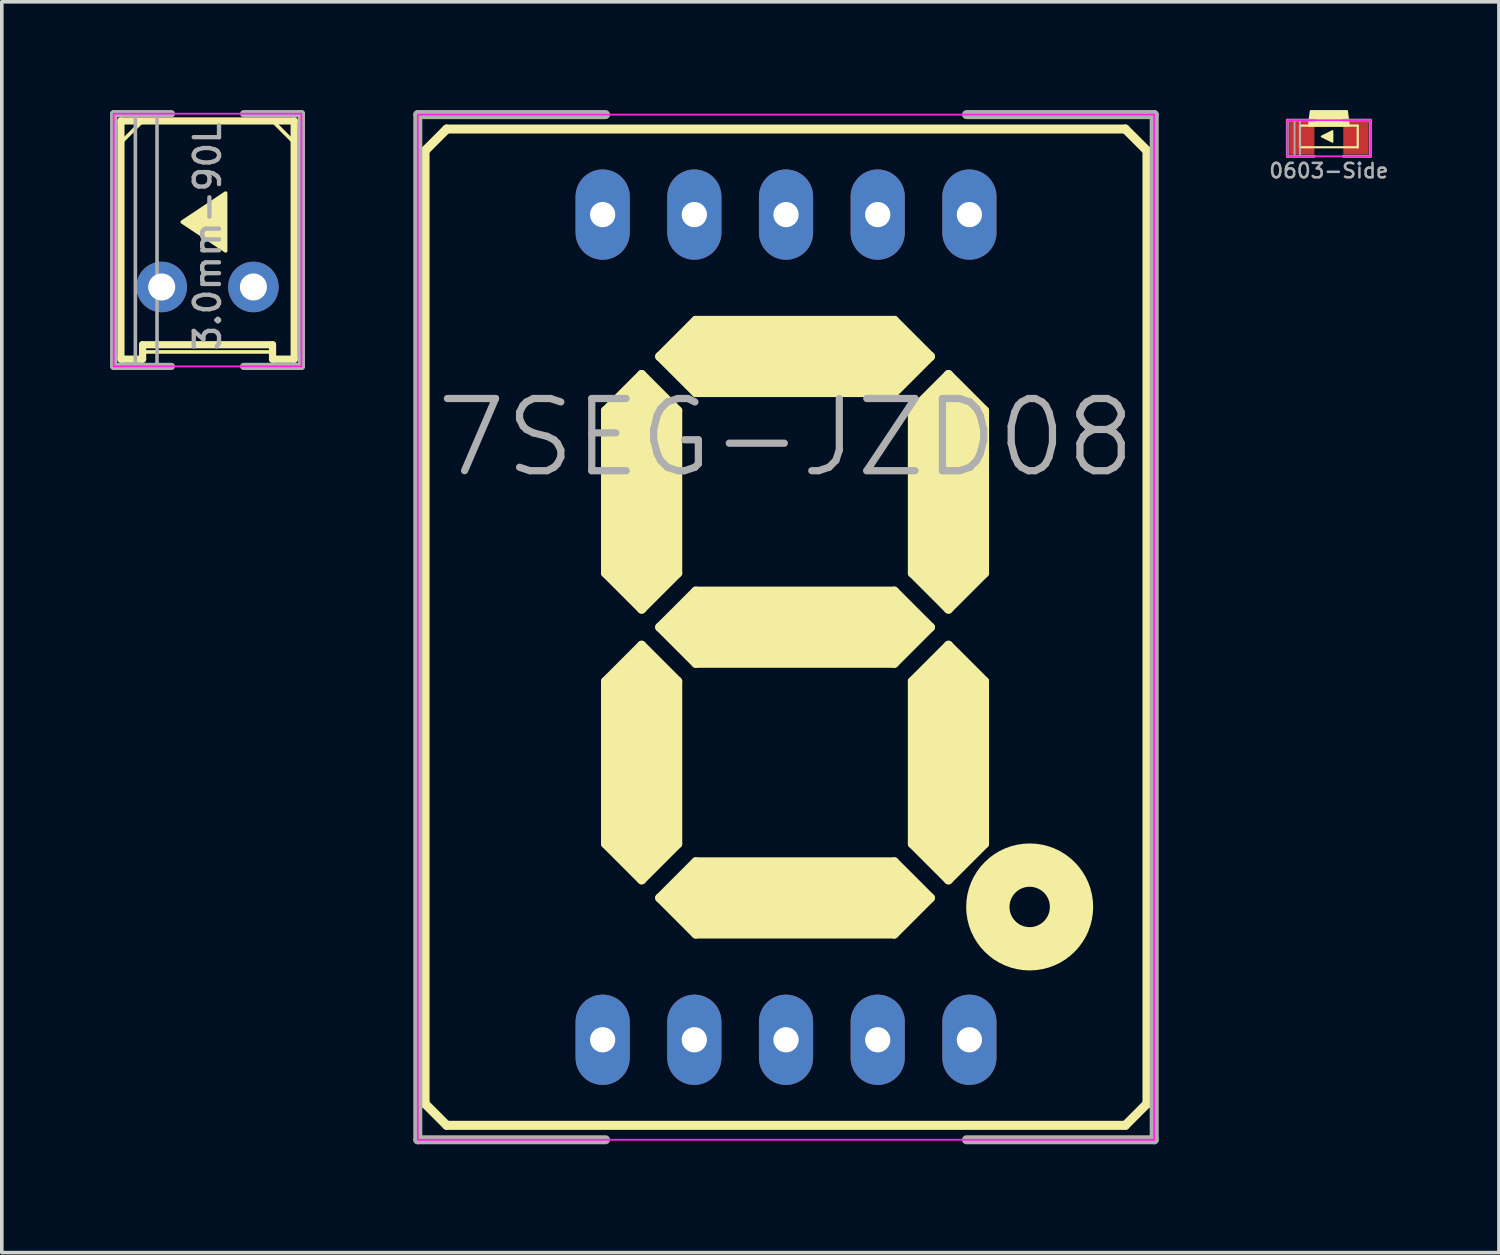
<source format=kicad_pcb>
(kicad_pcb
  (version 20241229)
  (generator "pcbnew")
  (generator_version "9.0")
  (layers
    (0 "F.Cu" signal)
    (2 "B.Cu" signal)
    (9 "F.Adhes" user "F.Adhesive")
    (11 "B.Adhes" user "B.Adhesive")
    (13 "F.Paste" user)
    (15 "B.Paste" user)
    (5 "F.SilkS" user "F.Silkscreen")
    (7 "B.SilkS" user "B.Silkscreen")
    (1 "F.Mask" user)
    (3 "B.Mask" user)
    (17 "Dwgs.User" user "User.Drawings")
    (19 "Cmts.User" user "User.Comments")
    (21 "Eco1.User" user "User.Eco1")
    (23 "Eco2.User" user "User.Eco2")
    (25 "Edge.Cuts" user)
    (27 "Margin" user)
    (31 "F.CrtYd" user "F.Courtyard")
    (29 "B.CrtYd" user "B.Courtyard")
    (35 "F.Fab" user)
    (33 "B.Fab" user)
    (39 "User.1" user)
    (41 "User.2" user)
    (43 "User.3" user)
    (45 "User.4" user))
  (footprint "0603-Side"
    (layer "F.Cu")
    (at 33.763 0.73)
    (property "Reference" "0603-Side" (at 0 0.95 0) (layer "F.Fab") (effects (font (size 0.4 0.4) (thickness 0.07))))
    (attr smd)
    (fp_line (start -0.8 -0.3) (end -0.8 0.3) (stroke (width 0.06) (type solid)) (layer "F.SilkS"))
    (fp_line (start -0.8 0.3) (end 0.8 0.3) (stroke (width 0.06) (type solid)) (layer "F.SilkS"))
    (fp_line (start 0.8 -0.3) (end -0.8 -0.3) (stroke (width 0.06) (type solid)) (layer "F.SilkS"))
    (fp_line (start 0.8 0.3) (end 0.8 -0.3) (stroke (width 0.06) (type solid)) (layer "F.SilkS"))
    (fp_poly (pts (xy 0.1 0.15) (xy -0.2 0) (xy 0.1 -0.15)) (stroke (width 0.05) (type solid)) (fill yes) (layer "F.SilkS"))
    (fp_poly (pts (xy 0.55 -0.3) (xy -0.55 -0.3) (xy -0.5 -0.7) (xy 0.5 -0.7)) (stroke (width 0.06) (type solid)) (fill yes) (layer "F.SilkS"))
    (fp_line (start -1.15 -0.45) (end 1.15 -0.45) (stroke (width 0.05) (type solid)) (layer "F.CrtYd"))
    (fp_line (start -1.15 0.55) (end -1.15 -0.45) (stroke (width 0.05) (type solid)) (layer "F.CrtYd"))
    (fp_line (start 1.15 -0.45) (end 1.15 0.55) (stroke (width 0.05) (type solid)) (layer "F.CrtYd"))
    (fp_line (start 1.15 0.55) (end -1.15 0.55) (stroke (width 0.05) (type solid)) (layer "F.CrtYd"))
    (fp_line (start -1.15 -0.45) (end -1.15 0.55) (stroke (width 0.08) (type solid)) (layer "F.Fab"))
    (fp_line (start -1.15 0.55) (end -0.4 0.55) (stroke (width 0.08) (type solid)) (layer "F.Fab"))
    (fp_line (start -0.4 -0.45) (end -1.15 -0.45) (stroke (width 0.08) (type solid)) (layer "F.Fab"))
    (fp_line (start 0.4 -0.45) (end 1.15 -0.45) (stroke (width 0.08) (type solid)) (layer "F.Fab"))
    (fp_line (start 1.15 -0.45) (end 1.15 0.55) (stroke (width 0.08) (type solid)) (layer "F.Fab"))
    (fp_line (start 1.15 0.55) (end 0.4 0.55) (stroke (width 0.08) (type solid)) (layer "F.Fab"))
    (fp_poly (pts (xy -0.8 0.55) (xy -0.95 0.55) (xy -0.95 -0.45) (xy -0.8 -0.45)) (stroke (width 0.05) (type solid)) (fill no) (layer "F.Fab"))
    (pad "1" smd rect (at -0.75 0.05) (size 0.7 0.9) (layers "F.Cu" "F.Mask" "F.Paste"))
    (pad "2" smd rect (at 0.75 0.05) (size 0.7 0.9) (layers "F.Cu" "F.Mask" "F.Paste")))
  (footprint "7SEG-JZD08"
    (layer "F.Cu")
    (at 18.725 14.325)
    (property "Reference" "7SEG-JZD08" (at 0 -5.25 0) (layer "F.Fab") (effects (font (size 2 2) (thickness 0.2))))
    (attr through_hole)
    (fp_line (start -10 -13.2) (end -10 13.2) (stroke (width 0.25) (type solid)) (layer "F.SilkS"))
    (fp_line (start -10 -13.2) (end -9.4 -13.8) (stroke (width 0.25) (type solid)) (layer "F.SilkS"))
    (fp_line (start -9.4 13.8) (end -10 13.2) (stroke (width 0.25) (type solid)) (layer "F.SilkS"))
    (fp_line (start -9.4 13.8) (end 9.4 13.8) (stroke (width 0.25) (type solid)) (layer "F.SilkS"))
    (fp_line (start -5 -6) (end -4 -7) (stroke (width 0.25) (type solid)) (layer "F.SilkS"))
    (fp_line (start -5 -1.5) (end -5 -6) (stroke (width 0.25) (type solid)) (layer "F.SilkS"))
    (fp_line (start -5 1.5) (end -4 0.5) (stroke (width 0.25) (type solid)) (layer "F.SilkS"))
    (fp_line (start -5 6) (end -5 1.5) (stroke (width 0.25) (type solid)) (layer "F.SilkS"))
    (fp_line (start -4.75 -6) (end -4 -6.75) (stroke (width 0.4) (type solid)) (layer "F.SilkS"))
    (fp_line (start -4.75 -1.5) (end -4.75 -6) (stroke (width 0.4) (type solid)) (layer "F.SilkS"))
    (fp_line (start -4.75 1.5) (end -4.75 6) (stroke (width 0.4) (type solid)) (layer "F.SilkS"))
    (fp_line (start -4.75 6) (end -4.25 6.5) (stroke (width 0.4) (type solid)) (layer "F.SilkS"))
    (fp_line (start -4.25 6.5) (end -4 6.75) (stroke (width 0.4) (type solid)) (layer "F.SilkS"))
    (fp_line (start -4 -7) (end -3 -6) (stroke (width 0.25) (type solid)) (layer "F.SilkS"))
    (fp_line (start -4 -6.75) (end -3.25 -6) (stroke (width 0.4) (type solid)) (layer "F.SilkS"))
    (fp_line (start -4 -6) (end -4 -1.5) (stroke (width 1.2) (type solid)) (layer "F.SilkS"))
    (fp_line (start -4 -0.75) (end -4.75 -1.5) (stroke (width 0.4) (type solid)) (layer "F.SilkS"))
    (fp_line (start -4 -0.5) (end -5 -1.5) (stroke (width 0.25) (type solid)) (layer "F.SilkS"))
    (fp_line (start -4 0.5) (end -3 1.5) (stroke (width 0.25) (type solid)) (layer "F.SilkS"))
    (fp_line (start -4 0.75) (end -4.75 1.5) (stroke (width 0.4) (type solid)) (layer "F.SilkS"))
    (fp_line (start -4 1.5) (end -4 6) (stroke (width 1.2) (type solid)) (layer "F.SilkS"))
    (fp_line (start -4 6.75) (end -3.25 6) (stroke (width 0.4) (type solid)) (layer "F.SilkS"))
    (fp_line (start -4 7) (end -5 6) (stroke (width 0.25) (type solid)) (layer "F.SilkS"))
    (fp_line (start -3.5 -7.5) (end -2.5 -6.5) (stroke (width 0.25) (type solid)) (layer "F.SilkS"))
    (fp_line (start -3.5 0) (end -2.5 1) (stroke (width 0.25) (type solid)) (layer "F.SilkS"))
    (fp_line (start -3.5 7.5) (end -2.5 8.5) (stroke (width 0.25) (type solid)) (layer "F.SilkS"))
    (fp_line (start -3.25 -7.5) (end -2.5 -8.25) (stroke (width 0.4) (type solid)) (layer "F.SilkS"))
    (fp_line (start -3.25 -6) (end -3.25 -1.5) (stroke (width 0.4) (type solid)) (layer "F.SilkS"))
    (fp_line (start -3.25 -1.5) (end -4 -0.75) (stroke (width 0.4) (type solid)) (layer "F.SilkS"))
    (fp_line (start -3.25 0) (end -2.5 -0.75) (stroke (width 0.4) (type solid)) (layer "F.SilkS"))
    (fp_line (start -3.25 1.5) (end -4 0.75) (stroke (width 0.4) (type solid)) (layer "F.SilkS"))
    (fp_line (start -3.25 6) (end -3.25 1.5) (stroke (width 0.4) (type solid)) (layer "F.SilkS"))
    (fp_line (start -3.25 7.5) (end -2.5 6.75) (stroke (width 0.4) (type solid)) (layer "F.SilkS"))
    (fp_line (start -3 -6) (end -3 -1.5) (stroke (width 0.25) (type solid)) (layer "F.SilkS"))
    (fp_line (start -3 -1.5) (end -4 -0.5) (stroke (width 0.25) (type solid)) (layer "F.SilkS"))
    (fp_line (start -3 1.5) (end -3 6) (stroke (width 0.25) (type solid)) (layer "F.SilkS"))
    (fp_line (start -3 6) (end -4 7) (stroke (width 0.25) (type solid)) (layer "F.SilkS"))
    (fp_line (start -2.75 0) (end 3 0) (stroke (width 1.2) (type solid)) (layer "F.SilkS"))
    (fp_line (start -2.5 -8.5) (end -3.5 -7.5) (stroke (width 0.25) (type solid)) (layer "F.SilkS"))
    (fp_line (start -2.5 -8.25) (end -2.25 -8.25) (stroke (width 0.4) (type solid)) (layer "F.SilkS"))
    (fp_line (start -2.5 -7.5) (end 3 -7.5) (stroke (width 1.2) (type solid)) (layer "F.SilkS"))
    (fp_line (start -2.5 -6.75) (end -3.25 -7.5) (stroke (width 0.4) (type solid)) (layer "F.SilkS"))
    (fp_line (start -2.5 -6.5) (end 3 -6.5) (stroke (width 0.25) (type solid)) (layer "F.SilkS"))
    (fp_line (start -2.5 -1) (end -3.5 0) (stroke (width 0.25) (type solid)) (layer "F.SilkS"))
    (fp_line (start -2.5 -0.75) (end 3 -0.75) (stroke (width 0.4) (type solid)) (layer "F.SilkS"))
    (fp_line (start -2.5 0.75) (end -3.25 0) (stroke (width 0.4) (type solid)) (layer "F.SilkS"))
    (fp_line (start -2.5 1) (end 3 1) (stroke (width 0.25) (type solid)) (layer "F.SilkS"))
    (fp_line (start -2.5 6.5) (end -3.5 7.5) (stroke (width 0.25) (type solid)) (layer "F.SilkS"))
    (fp_line (start -2.5 6.75) (end 3 6.75) (stroke (width 0.4) (type solid)) (layer "F.SilkS"))
    (fp_line (start -2.5 7.5) (end 3 7.5) (stroke (width 1.2) (type solid)) (layer "F.SilkS"))
    (fp_line (start -2.5 8.25) (end -3.25 7.5) (stroke (width 0.4) (type solid)) (layer "F.SilkS"))
    (fp_line (start -2.5 8.5) (end 3 8.5) (stroke (width 0.25) (type solid)) (layer "F.SilkS"))
    (fp_line (start -2.25 -8.25) (end 3 -8.25) (stroke (width 0.4) (type solid)) (layer "F.SilkS"))
    (fp_line (start 3 -8.5) (end -2.5 -8.5) (stroke (width 0.25) (type solid)) (layer "F.SilkS"))
    (fp_line (start 3 -8.25) (end 3.75 -7.5) (stroke (width 0.4) (type solid)) (layer "F.SilkS"))
    (fp_line (start 3 -6.75) (end -2.5 -6.75) (stroke (width 0.4) (type solid)) (layer "F.SilkS"))
    (fp_line (start 3 -6.5) (end 4 -7.5) (stroke (width 0.25) (type solid)) (layer "F.SilkS"))
    (fp_line (start 3 -1) (end -2.5 -1) (stroke (width 0.25) (type solid)) (layer "F.SilkS"))
    (fp_line (start 3 -0.75) (end 3.75 0) (stroke (width 0.4) (type solid)) (layer "F.SilkS"))
    (fp_line (start 3 0.75) (end -2.5 0.75) (stroke (width 0.4) (type solid)) (layer "F.SilkS"))
    (fp_line (start 3 1) (end 4 0) (stroke (width 0.25) (type solid)) (layer "F.SilkS"))
    (fp_line (start 3 6.5) (end -2.5 6.5) (stroke (width 0.25) (type solid)) (layer "F.SilkS"))
    (fp_line (start 3 6.75) (end 3.75 7.5) (stroke (width 0.4) (type solid)) (layer "F.SilkS"))
    (fp_line (start 3 8.25) (end -2.5 8.25) (stroke (width 0.4) (type solid)) (layer "F.SilkS"))
    (fp_line (start 3 8.5) (end 4 7.5) (stroke (width 0.25) (type solid)) (layer "F.SilkS"))
    (fp_line (start 3.5 -6) (end 4.5 -7) (stroke (width 0.25) (type solid)) (layer "F.SilkS"))
    (fp_line (start 3.5 -1.5) (end 3.5 -6) (stroke (width 0.25) (type solid)) (layer "F.SilkS"))
    (fp_line (start 3.5 1.5) (end 4.5 0.5) (stroke (width 0.25) (type solid)) (layer "F.SilkS"))
    (fp_line (start 3.5 6) (end 3.5 1.5) (stroke (width 0.25) (type solid)) (layer "F.SilkS"))
    (fp_line (start 3.75 -7.5) (end 3 -6.75) (stroke (width 0.4) (type solid)) (layer "F.SilkS"))
    (fp_line (start 3.75 -6) (end 4.5 -6.75) (stroke (width 0.4) (type solid)) (layer "F.SilkS"))
    (fp_line (start 3.75 -1.5) (end 3.75 -6) (stroke (width 0.4) (type solid)) (layer "F.SilkS"))
    (fp_line (start 3.75 0) (end 3 0.75) (stroke (width 0.4) (type solid)) (layer "F.SilkS"))
    (fp_line (start 3.75 1.5) (end 4.5 0.75) (stroke (width 0.4) (type solid)) (layer "F.SilkS"))
    (fp_line (start 3.75 6) (end 3.75 1.5) (stroke (width 0.4) (type solid)) (layer "F.SilkS"))
    (fp_line (start 3.75 7.5) (end 3 8.25) (stroke (width 0.4) (type solid)) (layer "F.SilkS"))
    (fp_line (start 4 -7.5) (end 3 -8.5) (stroke (width 0.25) (type solid)) (layer "F.SilkS"))
    (fp_line (start 4 0) (end 3 -1) (stroke (width 0.25) (type solid)) (layer "F.SilkS"))
    (fp_line (start 4 7.5) (end 3 6.5) (stroke (width 0.25) (type solid)) (layer "F.SilkS"))
    (fp_line (start 4.5 -7) (end 5.5 -6) (stroke (width 0.25) (type solid)) (layer "F.SilkS"))
    (fp_line (start 4.5 -6.75) (end 5.25 -6) (stroke (width 0.4) (type solid)) (layer "F.SilkS"))
    (fp_line (start 4.5 -6) (end 4.5 -1.5) (stroke (width 1.2) (type solid)) (layer "F.SilkS"))
    (fp_line (start 4.5 -0.75) (end 3.75 -1.5) (stroke (width 0.4) (type solid)) (layer "F.SilkS"))
    (fp_line (start 4.5 -0.5) (end 3.5 -1.5) (stroke (width 0.25) (type solid)) (layer "F.SilkS"))
    (fp_line (start 4.5 0.5) (end 5.5 1.5) (stroke (width 0.25) (type solid)) (layer "F.SilkS"))
    (fp_line (start 4.5 0.75) (end 5.25 1.5) (stroke (width 0.4) (type solid)) (layer "F.SilkS"))
    (fp_line (start 4.5 1.5) (end 4.5 6) (stroke (width 1.2) (type solid)) (layer "F.SilkS"))
    (fp_line (start 4.5 6.75) (end 3.75 6) (stroke (width 0.4) (type solid)) (layer "F.SilkS"))
    (fp_line (start 4.5 7) (end 3.5 6) (stroke (width 0.25) (type solid)) (layer "F.SilkS"))
    (fp_line (start 5.25 -6) (end 5.25 -1.5) (stroke (width 0.4) (type solid)) (layer "F.SilkS"))
    (fp_line (start 5.25 -1.5) (end 4.5 -0.75) (stroke (width 0.4) (type solid)) (layer "F.SilkS"))
    (fp_line (start 5.25 1.5) (end 5.25 6) (stroke (width 0.4) (type solid)) (layer "F.SilkS"))
    (fp_line (start 5.25 6) (end 4.5 6.75) (stroke (width 0.4) (type solid)) (layer "F.SilkS"))
    (fp_line (start 5.5 -6) (end 5.5 -1.5) (stroke (width 0.25) (type solid)) (layer "F.SilkS"))
    (fp_line (start 5.5 -1.5) (end 4.5 -0.5) (stroke (width 0.25) (type solid)) (layer "F.SilkS"))
    (fp_line (start 5.5 1.5) (end 5.5 6) (stroke (width 0.25) (type solid)) (layer "F.SilkS"))
    (fp_line (start 5.5 6) (end 4.5 7) (stroke (width 0.25) (type solid)) (layer "F.SilkS"))
    (fp_line (start 9.4 -13.8) (end -9.4 -13.8) (stroke (width 0.25) (type solid)) (layer "F.SilkS"))
    (fp_line (start 9.4 -13.8) (end 10 -13.2) (stroke (width 0.25) (type solid)) (layer "F.SilkS"))
    (fp_line (start 9.4 13.8) (end 10 13.2) (stroke (width 0.25) (type solid)) (layer "F.SilkS"))
    (fp_line (start 10 13.2) (end 10 -13.2) (stroke (width 0.25) (type solid)) (layer "F.SilkS"))
    (fp_circle (center 6.75 7.75) (end 7 8.25) (stroke (width 1.2) (type solid)) (fill no) (layer "F.SilkS"))
    (fp_line (start -10.2 -14.2) (end -10.2 14.2) (stroke (width 0.05) (type solid)) (layer "F.CrtYd"))
    (fp_line (start -10.2 14.2) (end 10.2 14.2) (stroke (width 0.05) (type solid)) (layer "F.CrtYd"))
    (fp_line (start 10.2 -14.2) (end -10.2 -14.2) (stroke (width 0.05) (type solid)) (layer "F.CrtYd"))
    (fp_line (start 10.2 14.2) (end 10.2 -14.2) (stroke (width 0.05) (type solid)) (layer "F.CrtYd"))
    (fp_line (start -10.2 -14.2) (end -10.2 14.2) (stroke (width 0.25) (type solid)) (layer "F.Fab"))
    (fp_line (start -10.2 -14.2) (end -5 -14.2) (stroke (width 0.25) (type solid)) (layer "F.Fab"))
    (fp_line (start -10.2 14.2) (end -5 14.2) (stroke (width 0.25) (type solid)) (layer "F.Fab"))
    (fp_line (start 10.2 -14.2) (end 5 -14.2) (stroke (width 0.25) (type solid)) (layer "F.Fab"))
    (fp_line (start 10.2 -14.2) (end 10.2 14.2) (stroke (width 0.25) (type solid)) (layer "F.Fab"))
    (fp_line (start 10.2 14.2) (end 5 14.2) (stroke (width 0.25) (type solid)) (layer "F.Fab"))
    (pad "1" thru_hole oval (at -5.08 11.43) (size 1.5 2.5) (drill 0.7) (layers "*.Cu" "*.Mask"))
    (pad "2" thru_hole oval (at -2.54 11.43) (size 1.5 2.5) (drill 0.7) (layers "*.Cu" "*.Mask"))
    (pad "3" thru_hole oval (at 0 11.43) (size 1.5 2.5) (drill 0.7) (layers "*.Cu" "*.Mask"))
    (pad "4" thru_hole oval (at 2.54 11.43) (size 1.5 2.5) (drill 0.7) (layers "*.Cu" "*.Mask"))
    (pad "5" thru_hole oval (at 5.08 11.43) (size 1.5 2.5) (drill 0.7) (layers "*.Cu" "*.Mask"))
    (pad "6" thru_hole oval (at 5.08 -11.43) (size 1.5 2.5) (drill 0.7) (layers "*.Cu" "*.Mask"))
    (pad "7" thru_hole oval (at 2.54 -11.43) (size 1.5 2.5) (drill 0.7) (layers "*.Cu" "*.Mask"))
    (pad "8" thru_hole oval (at 0 -11.43) (size 1.5 2.5) (drill 0.7) (layers "*.Cu" "*.Mask"))
    (pad "9" thru_hole oval (at -2.54 -11.43) (size 1.5 2.5) (drill 0.7) (layers "*.Cu" "*.Mask"))
    (pad "10" thru_hole oval (at -5.08 -11.43) (size 1.5 2.5) (drill 0.7) (layers "*.Cu" "*.Mask")))
  (footprint "3.0mm-90L"
    (layer "F.Cu")
    (at 2.7 4.9)
    (property "Reference" "3.0mm-90L" (at 0 -1.4 90) (layer "F.Fab") (effects (font (size 0.7 0.7) (thickness 0.12))))
    (attr through_hole)
    (fp_line (start -2.4 2) (end -2.4 -4.6) (stroke (width 0.2) (type solid)) (layer "F.SilkS"))
    (fp_line (start -2.4 2) (end -1.8 2) (stroke (width 0.2) (type solid)) (layer "F.SilkS"))
    (fp_line (start -1.8 -4.6) (end -2.4 -4) (stroke (width 0.1) (type solid)) (layer "F.SilkS"))
    (fp_line (start -1.8 2) (end -1.8 1.6) (stroke (width 0.2) (type solid)) (layer "F.SilkS"))
    (fp_line (start 1.8 1.6) (end -1.8 1.6) (stroke (width 0.2) (type solid)) (layer "F.SilkS"))
    (fp_line (start 1.8 1.8) (end -1.8 1.8) (stroke (width 0.1) (type solid)) (layer "F.SilkS"))
    (fp_line (start 1.8 2) (end 1.8 1.6) (stroke (width 0.2) (type solid)) (layer "F.SilkS"))
    (fp_line (start 2.4 -4.6) (end -2.4 -4.6) (stroke (width 0.2) (type solid)) (layer "F.SilkS"))
    (fp_line (start 2.4 -4.6) (end 2.4 2) (stroke (width 0.2) (type solid)) (layer "F.SilkS"))
    (fp_line (start 2.4 -4) (end 1.8 -4.6) (stroke (width 0.1) (type solid)) (layer "F.SilkS"))
    (fp_line (start 2.4 2) (end 1.8 2) (stroke (width 0.2) (type solid)) (layer "F.SilkS"))
    (fp_poly (pts (xy 0.5 -2.6) (xy 0.5 -1) (xy -0.7 -1.8)) (stroke (width 0.1) (type solid)) (fill yes) (layer "F.SilkS"))
    (fp_line (start -2.6 -4.8) (end -2.6 2.2) (stroke (width 0.05) (type solid)) (layer "F.CrtYd"))
    (fp_line (start -2.6 2.2) (end 2.6 2.2) (stroke (width 0.05) (type solid)) (layer "F.CrtYd"))
    (fp_line (start 2.6 -4.8) (end -2.6 -4.8) (stroke (width 0.05) (type solid)) (layer "F.CrtYd"))
    (fp_line (start 2.6 2.2) (end 2.6 -4.8) (stroke (width 0.05) (type solid)) (layer "F.CrtYd"))
    (fp_line (start -2.6 -4.8) (end -1 -4.8) (stroke (width 0.2) (type solid)) (layer "F.Fab"))
    (fp_line (start -2.6 2.2) (end -2.6 -4.8) (stroke (width 0.2) (type solid)) (layer "F.Fab"))
    (fp_line (start -1 2.2) (end -2.6 2.2) (stroke (width 0.2) (type solid)) (layer "F.Fab"))
    (fp_line (start 1 -4.8) (end 2.6 -4.8) (stroke (width 0.2) (type solid)) (layer "F.Fab"))
    (fp_line (start 2.6 -4.8) (end 2.6 2.2) (stroke (width 0.2) (type solid)) (layer "F.Fab"))
    (fp_line (start 2.6 2.2) (end 1 2.2) (stroke (width 0.2) (type solid)) (layer "F.Fab"))
    (fp_poly (pts (xy -2 2.2) (xy -2 -4.8) (xy -1.4 -4.8) (xy -1.4 2.2)) (stroke (width 0.1) (type solid)) (fill no) (layer "F.Fab"))
    (pad "1" thru_hole circle (at -1.27 0 270) (size 1.4 1.4) (drill 0.75) (layers "*.Cu" "*.Mask"))
    (pad "2" thru_hole circle (at 1.27 0 270) (size 1.4 1.4) (drill 0.75) (layers "*.Cu" "*.Mask")))
  (gr_rect
    (start -3 -3)
    (end 38.475 31.65)
    (stroke (width 0.1) (type default))
    (fill no)
    (layer "Edge.Cuts")))
</source>
